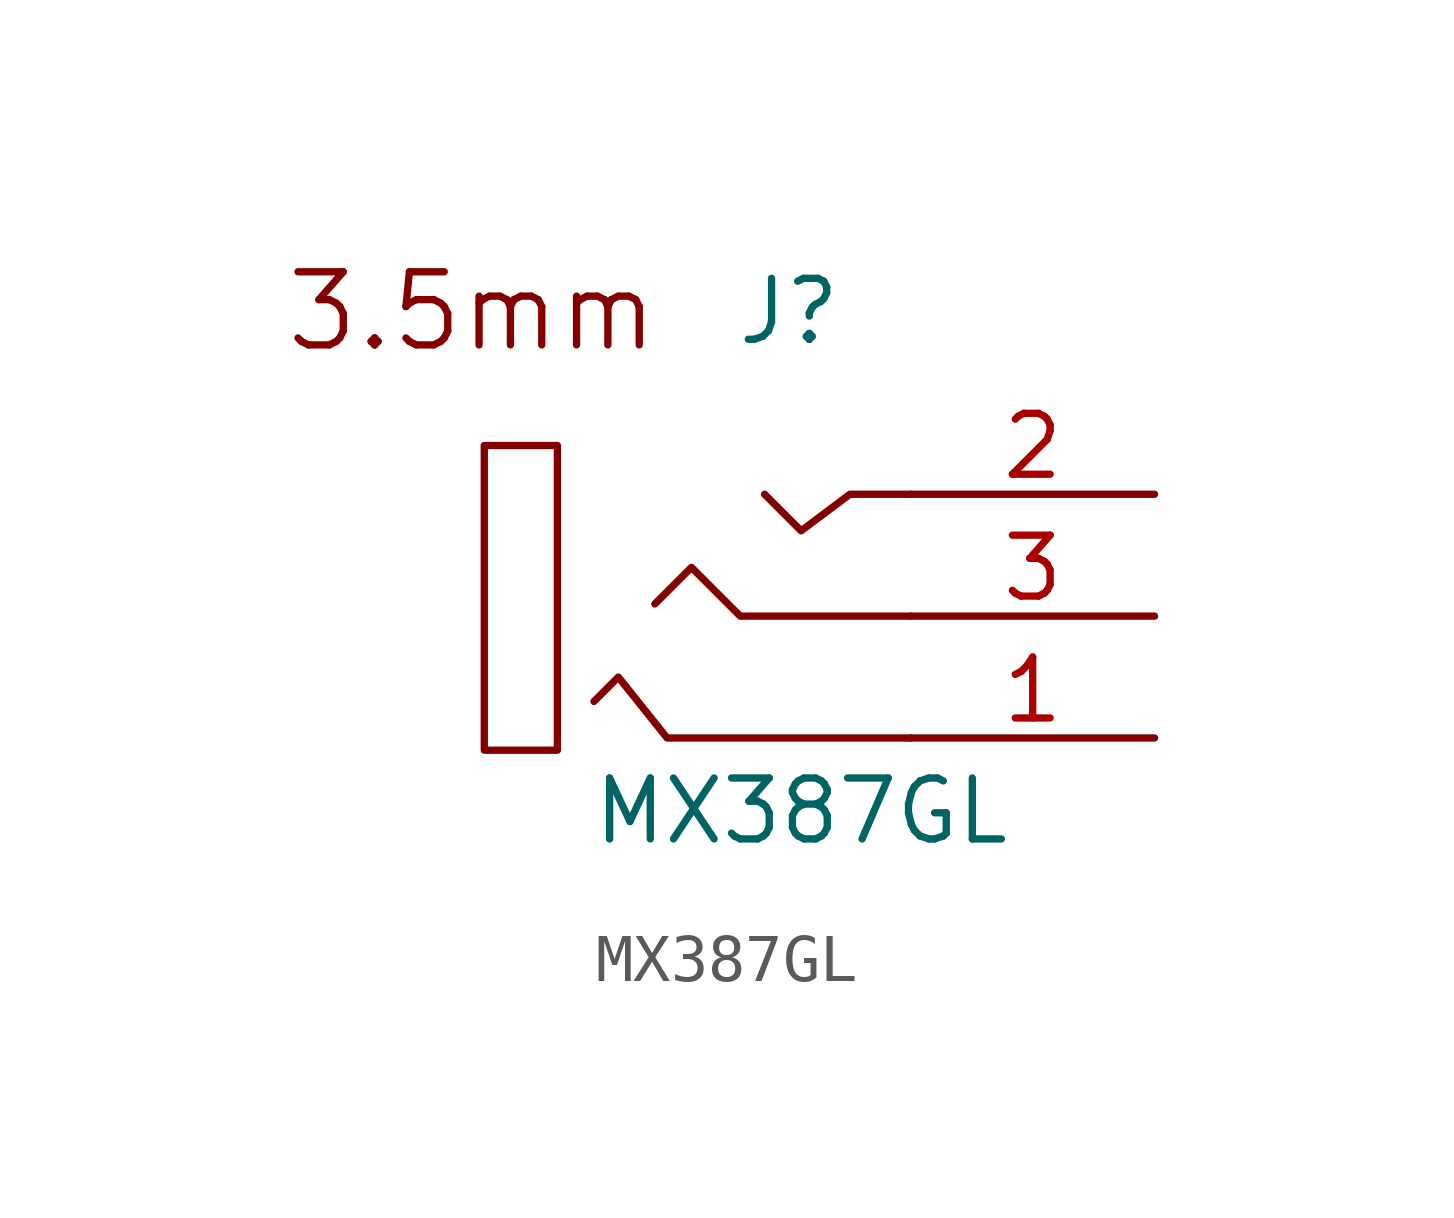
<source format=kicad_sym>
(kicad_symbol_lib
  (version 20220914)
  (generator kicad_symbol_editor)
  (symbol "MX387GL"
    (pin_names
      (offset 1.016) hide)
    (property "Reference" "J"
      (at 0 11.43 0)
      (effects (font (size 1.27 1.27))))
    (property "Value" "MX387GL"
      (at 0.254 1.016 0)
      (effects (font (size 1.27 1.27))))
    (symbol "MX387GL_0_0"
      (rectangle (start -4.826 2.286) (end -6.35 8.636) (stroke (width 0) (type solid)) (fill (type none)))
      (polyline (pts (xy 2.54 2.54) (xy -2.54 2.54) (xy -3.556 3.81) (xy -4.064 3.302)) (stroke (width 0) (type solid)) (fill (type none)))
      (polyline (pts (xy 2.54 5.08) (xy -1.016 5.08) (xy -2.032 6.096) (xy -2.794 5.334)) (stroke (width 0) (type solid)) (fill (type none)))
      (polyline (pts (xy 2.54 7.62) (xy 1.27 7.62) (xy 0.254 6.858) (xy -0.508 7.62)) (stroke (width 0) (type solid)) (fill (type none)))
      (text "3.5mm" (at -6.604 11.43 0) (effects (font (size 1.524 1.524)))))
    (symbol "MX387GL_1_1"
      (pin passive line (at 7.62 2.54 180) (length 5.08) (name "TIP" (effects (font (size 1.27 1.27)))) (number "1" (effects (font (size 1.27 1.27)))))
      (pin passive line (at 7.62 7.62 180) (length 5.08) (name "SLEVE" (effects (font (size 1.27 1.27)))) (number "2" (effects (font (size 1.27 1.27)))))
      (pin passive line (at 7.62 5.08 180) (length 5.08) (name "RING" (effects (font (size 1.27 1.27)))) (number "3" (effects (font (size 1.27 1.27))))))))
</source>
